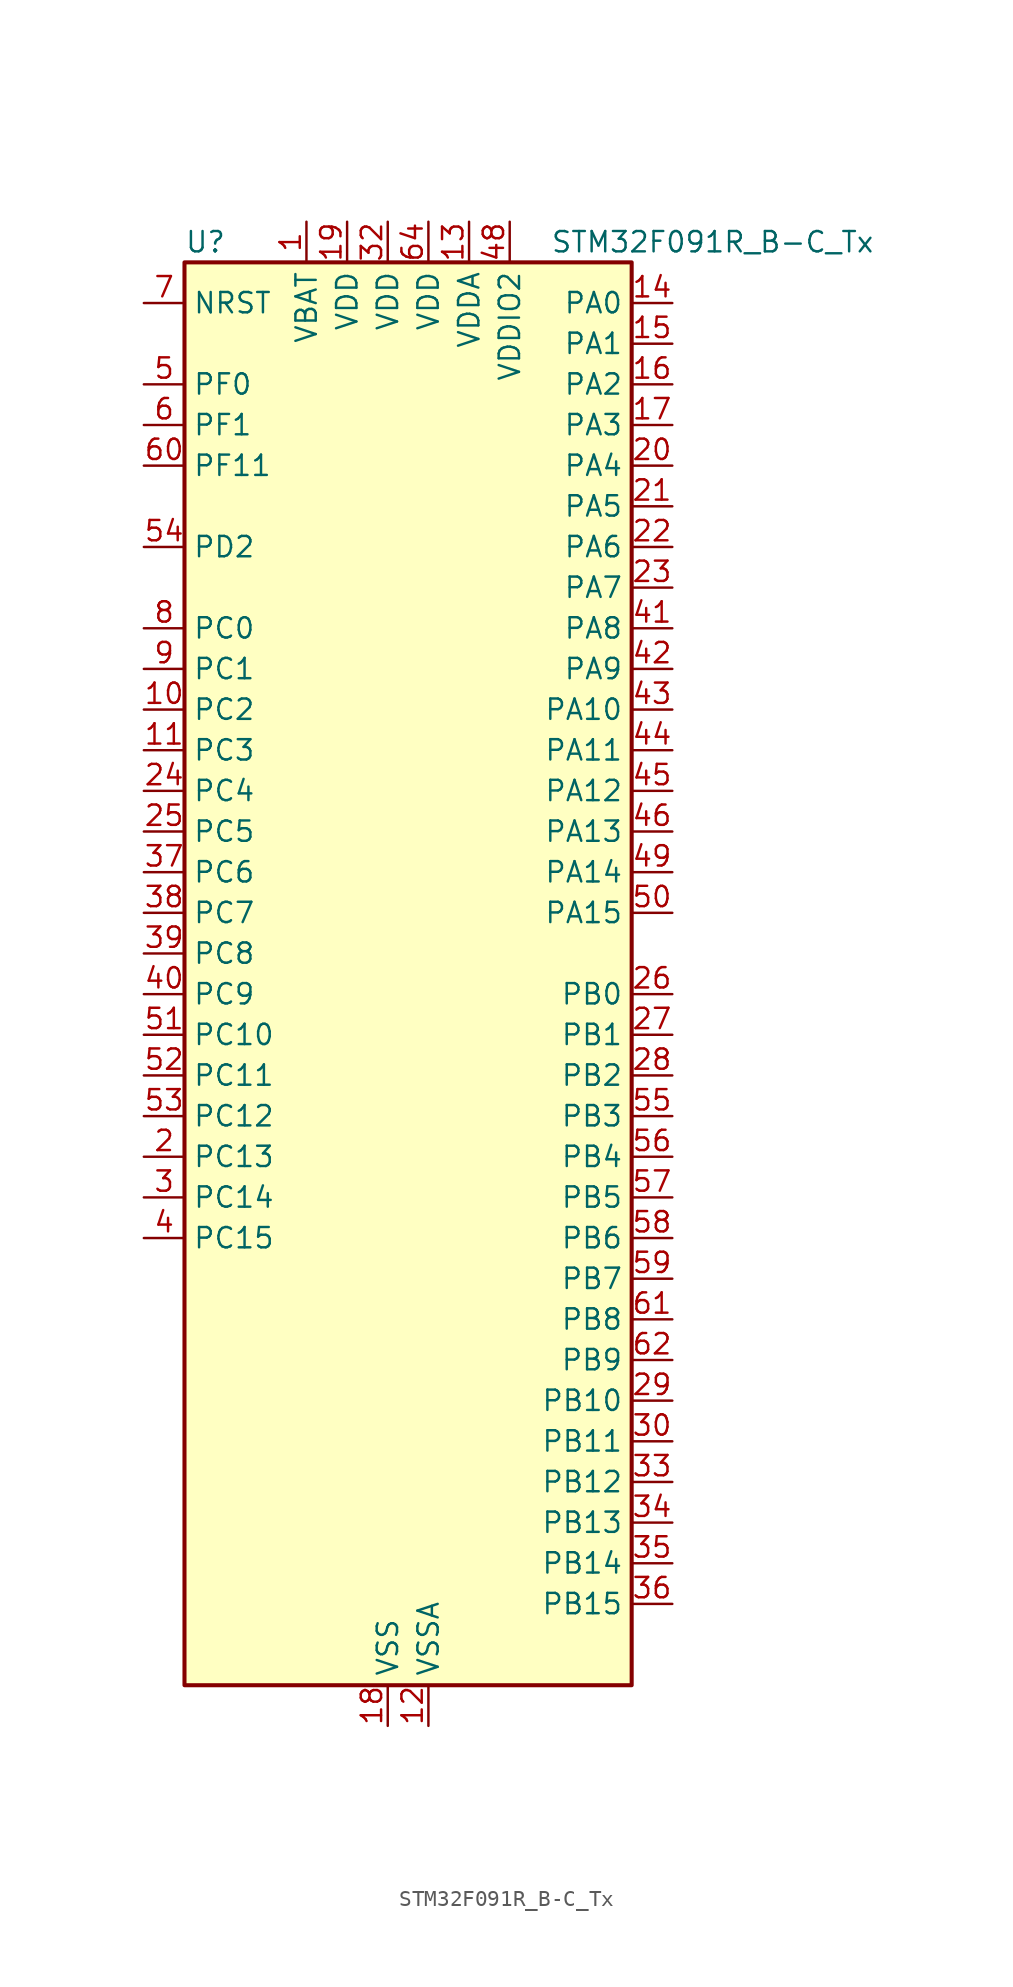
<source format=kicad_sym>
(kicad_symbol_lib
  (version 20220914)
  (generator kicad_symbol_editor)
  (symbol "STM32F091R_B-C_Tx"
    (property "Reference" "U"
      (at -12.7 46.99 0)
      (effects (font (size 1.27 1.27)) (justify left)))
    (property "Value" "STM32F091R_B-C_Tx"
      (at 10.16 46.99 0)
      (effects (font (size 1.27 1.27)) (justify left)))
    (property "ki_locked" ""
      (at 0 0 0)
      (effects (font (size 1.27 1.27))))
    (symbol "STM32F091R_B-C_Tx_0_1"
      (rectangle (start -12.7 -43.18) (end 15.24 45.72) (stroke (width 0.254) (type default)) (fill (type background))))
    (symbol "STM32F091R_B-C_Tx_1_1"
      (pin power_in line (at -5.08 48.26 270) (length 2.54) (name "VBAT" (effects (font (size 1.27 1.27)))) (number "1" (effects (font (size 1.27 1.27)))))
      (pin bidirectional line (at -15.24 17.78 0) (length 2.54) (name "PC2" (effects (font (size 1.27 1.27)))) (number "10" (effects (font (size 1.27 1.27)))) (alternate "ADC_IN12" bidirectional line) (alternate "I2S2_MCK" bidirectional line) (alternate "SPI2_MISO" bidirectional line) (alternate "USART8_TX" bidirectional line))
      (pin bidirectional line (at -15.24 15.24 0) (length 2.54) (name "PC3" (effects (font (size 1.27 1.27)))) (number "11" (effects (font (size 1.27 1.27)))) (alternate "ADC_IN13" bidirectional line) (alternate "I2S2_SD" bidirectional line) (alternate "SPI2_MOSI" bidirectional line) (alternate "USART8_RX" bidirectional line))
      (pin power_in line (at 2.54 -45.72 90) (length 2.54) (name "VSSA" (effects (font (size 1.27 1.27)))) (number "12" (effects (font (size 1.27 1.27)))))
      (pin power_in line (at 5.08 48.26 270) (length 2.54) (name "VDDA" (effects (font (size 1.27 1.27)))) (number "13" (effects (font (size 1.27 1.27)))))
      (pin bidirectional line (at 17.78 43.18 180) (length 2.54) (name "PA0" (effects (font (size 1.27 1.27)))) (number "14" (effects (font (size 1.27 1.27)))) (alternate "ADC_IN0" bidirectional line) (alternate "COMP1_INM" bidirectional line) (alternate "COMP1_OUT" bidirectional line) (alternate "RTC_TAMP2" bidirectional line) (alternate "SYS_WKUP1" bidirectional line) (alternate "TIM2_CH1" bidirectional line) (alternate "TIM2_ETR" bidirectional line) (alternate "TSC_G1_IO1" bidirectional line) (alternate "USART2_CTS" bidirectional line) (alternate "USART4_TX" bidirectional line))
      (pin bidirectional line (at 17.78 40.64 180) (length 2.54) (name "PA1" (effects (font (size 1.27 1.27)))) (number "15" (effects (font (size 1.27 1.27)))) (alternate "ADC_IN1" bidirectional line) (alternate "COMP1_INP" bidirectional line) (alternate "TIM15_CH1N" bidirectional line) (alternate "TIM2_CH2" bidirectional line) (alternate "TSC_G1_IO2" bidirectional line) (alternate "USART2_DE" bidirectional line) (alternate "USART2_RTS" bidirectional line) (alternate "USART4_RX" bidirectional line))
      (pin bidirectional line (at 17.78 38.1 180) (length 2.54) (name "PA2" (effects (font (size 1.27 1.27)))) (number "16" (effects (font (size 1.27 1.27)))) (alternate "ADC_IN2" bidirectional line) (alternate "COMP2_INM" bidirectional line) (alternate "COMP2_OUT" bidirectional line) (alternate "SYS_WKUP4" bidirectional line) (alternate "TIM15_CH1" bidirectional line) (alternate "TIM2_CH3" bidirectional line) (alternate "TSC_G1_IO3" bidirectional line) (alternate "USART2_TX" bidirectional line))
      (pin bidirectional line (at 17.78 35.56 180) (length 2.54) (name "PA3" (effects (font (size 1.27 1.27)))) (number "17" (effects (font (size 1.27 1.27)))) (alternate "ADC_IN3" bidirectional line) (alternate "COMP2_INP" bidirectional line) (alternate "TIM15_CH2" bidirectional line) (alternate "TIM2_CH4" bidirectional line) (alternate "TSC_G1_IO4" bidirectional line) (alternate "USART2_RX" bidirectional line))
      (pin power_in line (at 0 -45.72 90) (length 2.54) (name "VSS" (effects (font (size 1.27 1.27)))) (number "18" (effects (font (size 1.27 1.27)))))
      (pin power_in line (at -2.54 48.26 270) (length 2.54) (name "VDD" (effects (font (size 1.27 1.27)))) (number "19" (effects (font (size 1.27 1.27)))))
      (pin bidirectional line (at -15.24 -10.16 0) (length 2.54) (name "PC13" (effects (font (size 1.27 1.27)))) (number "2" (effects (font (size 1.27 1.27)))) (alternate "RTC_OUT_ALARM" bidirectional line) (alternate "RTC_OUT_CALIB" bidirectional line) (alternate "RTC_TAMP1" bidirectional line) (alternate "RTC_TS" bidirectional line) (alternate "SYS_WKUP2" bidirectional line))
      (pin bidirectional line (at 17.78 33.02 180) (length 2.54) (name "PA4" (effects (font (size 1.27 1.27)))) (number "20" (effects (font (size 1.27 1.27)))) (alternate "ADC_IN4" bidirectional line) (alternate "COMP1_INM" bidirectional line) (alternate "COMP2_INM" bidirectional line) (alternate "DAC_OUT1" bidirectional line) (alternate "I2S1_WS" bidirectional line) (alternate "SPI1_NSS" bidirectional line) (alternate "TIM14_CH1" bidirectional line) (alternate "TSC_G2_IO1" bidirectional line) (alternate "USART2_CK" bidirectional line) (alternate "USART6_TX" bidirectional line))
      (pin bidirectional line (at 17.78 30.48 180) (length 2.54) (name "PA5" (effects (font (size 1.27 1.27)))) (number "21" (effects (font (size 1.27 1.27)))) (alternate "ADC_IN5" bidirectional line) (alternate "CEC" bidirectional line) (alternate "COMP1_INM" bidirectional line) (alternate "COMP2_INM" bidirectional line) (alternate "DAC_OUT2" bidirectional line) (alternate "I2S1_CK" bidirectional line) (alternate "SPI1_SCK" bidirectional line) (alternate "TIM2_CH1" bidirectional line) (alternate "TIM2_ETR" bidirectional line) (alternate "TSC_G2_IO2" bidirectional line) (alternate "USART6_RX" bidirectional line))
      (pin bidirectional line (at 17.78 27.94 180) (length 2.54) (name "PA6" (effects (font (size 1.27 1.27)))) (number "22" (effects (font (size 1.27 1.27)))) (alternate "ADC_IN6" bidirectional line) (alternate "COMP1_OUT" bidirectional line) (alternate "I2S1_MCK" bidirectional line) (alternate "SPI1_MISO" bidirectional line) (alternate "TIM16_CH1" bidirectional line) (alternate "TIM1_BKIN" bidirectional line) (alternate "TIM3_CH1" bidirectional line) (alternate "TSC_G2_IO3" bidirectional line) (alternate "USART3_CTS" bidirectional line))
      (pin bidirectional line (at 17.78 25.4 180) (length 2.54) (name "PA7" (effects (font (size 1.27 1.27)))) (number "23" (effects (font (size 1.27 1.27)))) (alternate "ADC_IN7" bidirectional line) (alternate "COMP2_OUT" bidirectional line) (alternate "I2S1_SD" bidirectional line) (alternate "SPI1_MOSI" bidirectional line) (alternate "TIM14_CH1" bidirectional line) (alternate "TIM17_CH1" bidirectional line) (alternate "TIM1_CH1N" bidirectional line) (alternate "TIM3_CH2" bidirectional line) (alternate "TSC_G2_IO4" bidirectional line))
      (pin bidirectional line (at -15.24 12.7 0) (length 2.54) (name "PC4" (effects (font (size 1.27 1.27)))) (number "24" (effects (font (size 1.27 1.27)))) (alternate "ADC_IN14" bidirectional line) (alternate "USART3_TX" bidirectional line))
      (pin bidirectional line (at -15.24 10.16 0) (length 2.54) (name "PC5" (effects (font (size 1.27 1.27)))) (number "25" (effects (font (size 1.27 1.27)))) (alternate "ADC_IN15" bidirectional line) (alternate "SYS_WKUP5" bidirectional line) (alternate "TSC_G3_IO1" bidirectional line) (alternate "USART3_RX" bidirectional line))
      (pin bidirectional line (at 17.78 0 180) (length 2.54) (name "PB0" (effects (font (size 1.27 1.27)))) (number "26" (effects (font (size 1.27 1.27)))) (alternate "ADC_IN8" bidirectional line) (alternate "TIM1_CH2N" bidirectional line) (alternate "TIM3_CH3" bidirectional line) (alternate "TSC_G3_IO2" bidirectional line) (alternate "USART3_CK" bidirectional line))
      (pin bidirectional line (at 17.78 -2.54 180) (length 2.54) (name "PB1" (effects (font (size 1.27 1.27)))) (number "27" (effects (font (size 1.27 1.27)))) (alternate "ADC_IN9" bidirectional line) (alternate "TIM14_CH1" bidirectional line) (alternate "TIM1_CH3N" bidirectional line) (alternate "TIM3_CH4" bidirectional line) (alternate "TSC_G3_IO3" bidirectional line) (alternate "USART3_DE" bidirectional line) (alternate "USART3_RTS" bidirectional line))
      (pin bidirectional line (at 17.78 -5.08 180) (length 2.54) (name "PB2" (effects (font (size 1.27 1.27)))) (number "28" (effects (font (size 1.27 1.27)))) (alternate "TSC_G3_IO4" bidirectional line))
      (pin bidirectional line (at 17.78 -25.4 180) (length 2.54) (name "PB10" (effects (font (size 1.27 1.27)))) (number "29" (effects (font (size 1.27 1.27)))) (alternate "CEC" bidirectional line) (alternate "I2C2_SCL" bidirectional line) (alternate "I2S2_CK" bidirectional line) (alternate "SPI2_SCK" bidirectional line) (alternate "TIM2_CH3" bidirectional line) (alternate "TSC_SYNC" bidirectional line) (alternate "USART3_TX" bidirectional line))
      (pin bidirectional line (at -15.24 -12.7 0) (length 2.54) (name "PC14" (effects (font (size 1.27 1.27)))) (number "3" (effects (font (size 1.27 1.27)))) (alternate "RCC_OSC32_IN" bidirectional line))
      (pin bidirectional line (at 17.78 -27.94 180) (length 2.54) (name "PB11" (effects (font (size 1.27 1.27)))) (number "30" (effects (font (size 1.27 1.27)))) (alternate "I2C2_SDA" bidirectional line) (alternate "TIM2_CH4" bidirectional line) (alternate "TSC_G6_IO1" bidirectional line) (alternate "USART3_RX" bidirectional line))
      (pin passive line (at 0 -45.72 90) (length 2.54) hide (name "VSS" (effects (font (size 1.27 1.27)))) (number "31" (effects (font (size 1.27 1.27)))))
      (pin power_in line (at 0 48.26 270) (length 2.54) (name "VDD" (effects (font (size 1.27 1.27)))) (number "32" (effects (font (size 1.27 1.27)))))
      (pin bidirectional line (at 17.78 -30.48 180) (length 2.54) (name "PB12" (effects (font (size 1.27 1.27)))) (number "33" (effects (font (size 1.27 1.27)))) (alternate "I2S2_WS" bidirectional line) (alternate "SPI2_NSS" bidirectional line) (alternate "TIM15_BKIN" bidirectional line) (alternate "TIM1_BKIN" bidirectional line) (alternate "TSC_G6_IO2" bidirectional line) (alternate "USART3_CK" bidirectional line))
      (pin bidirectional line (at 17.78 -33.02 180) (length 2.54) (name "PB13" (effects (font (size 1.27 1.27)))) (number "34" (effects (font (size 1.27 1.27)))) (alternate "I2C2_SCL" bidirectional line) (alternate "I2S2_CK" bidirectional line) (alternate "SPI2_SCK" bidirectional line) (alternate "TIM1_CH1N" bidirectional line) (alternate "TSC_G6_IO3" bidirectional line) (alternate "USART3_CTS" bidirectional line))
      (pin bidirectional line (at 17.78 -35.56 180) (length 2.54) (name "PB14" (effects (font (size 1.27 1.27)))) (number "35" (effects (font (size 1.27 1.27)))) (alternate "I2C2_SDA" bidirectional line) (alternate "I2S2_MCK" bidirectional line) (alternate "SPI2_MISO" bidirectional line) (alternate "TIM15_CH1" bidirectional line) (alternate "TIM1_CH2N" bidirectional line) (alternate "TSC_G6_IO4" bidirectional line) (alternate "USART3_DE" bidirectional line) (alternate "USART3_RTS" bidirectional line))
      (pin bidirectional line (at 17.78 -38.1 180) (length 2.54) (name "PB15" (effects (font (size 1.27 1.27)))) (number "36" (effects (font (size 1.27 1.27)))) (alternate "I2S2_SD" bidirectional line) (alternate "RTC_REFIN" bidirectional line) (alternate "SPI2_MOSI" bidirectional line) (alternate "SYS_WKUP7" bidirectional line) (alternate "TIM15_CH1N" bidirectional line) (alternate "TIM15_CH2" bidirectional line) (alternate "TIM1_CH3N" bidirectional line))
      (pin bidirectional line (at -15.24 7.62 0) (length 2.54) (name "PC6" (effects (font (size 1.27 1.27)))) (number "37" (effects (font (size 1.27 1.27)))) (alternate "TIM3_CH1" bidirectional line) (alternate "USART7_TX" bidirectional line))
      (pin bidirectional line (at -15.24 5.08 0) (length 2.54) (name "PC7" (effects (font (size 1.27 1.27)))) (number "38" (effects (font (size 1.27 1.27)))) (alternate "TIM3_CH2" bidirectional line) (alternate "USART7_RX" bidirectional line))
      (pin bidirectional line (at -15.24 2.54 0) (length 2.54) (name "PC8" (effects (font (size 1.27 1.27)))) (number "39" (effects (font (size 1.27 1.27)))) (alternate "TIM3_CH3" bidirectional line) (alternate "USART8_TX" bidirectional line))
      (pin bidirectional line (at -15.24 -15.24 0) (length 2.54) (name "PC15" (effects (font (size 1.27 1.27)))) (number "4" (effects (font (size 1.27 1.27)))) (alternate "RCC_OSC32_OUT" bidirectional line))
      (pin bidirectional line (at -15.24 0 0) (length 2.54) (name "PC9" (effects (font (size 1.27 1.27)))) (number "40" (effects (font (size 1.27 1.27)))) (alternate "DAC_EXTI9" bidirectional line) (alternate "TIM3_CH4" bidirectional line) (alternate "USART8_RX" bidirectional line))
      (pin bidirectional line (at 17.78 22.86 180) (length 2.54) (name "PA8" (effects (font (size 1.27 1.27)))) (number "41" (effects (font (size 1.27 1.27)))) (alternate "CRS_SYNC" bidirectional line) (alternate "RCC_MCO" bidirectional line) (alternate "TIM1_CH1" bidirectional line) (alternate "USART1_CK" bidirectional line))
      (pin bidirectional line (at 17.78 20.32 180) (length 2.54) (name "PA9" (effects (font (size 1.27 1.27)))) (number "42" (effects (font (size 1.27 1.27)))) (alternate "DAC_EXTI9" bidirectional line) (alternate "I2C1_SCL" bidirectional line) (alternate "RCC_MCO" bidirectional line) (alternate "TIM15_BKIN" bidirectional line) (alternate "TIM1_CH2" bidirectional line) (alternate "TSC_G4_IO1" bidirectional line) (alternate "USART1_TX" bidirectional line))
      (pin bidirectional line (at 17.78 17.78 180) (length 2.54) (name "PA10" (effects (font (size 1.27 1.27)))) (number "43" (effects (font (size 1.27 1.27)))) (alternate "I2C1_SDA" bidirectional line) (alternate "TIM17_BKIN" bidirectional line) (alternate "TIM1_CH3" bidirectional line) (alternate "TSC_G4_IO2" bidirectional line) (alternate "USART1_RX" bidirectional line))
      (pin bidirectional line (at 17.78 15.24 180) (length 2.54) (name "PA11" (effects (font (size 1.27 1.27)))) (number "44" (effects (font (size 1.27 1.27)))) (alternate "CAN_RX" bidirectional line) (alternate "COMP1_OUT" bidirectional line) (alternate "I2C2_SCL" bidirectional line) (alternate "TIM1_CH4" bidirectional line) (alternate "TSC_G4_IO3" bidirectional line) (alternate "USART1_CTS" bidirectional line))
      (pin bidirectional line (at 17.78 12.7 180) (length 2.54) (name "PA12" (effects (font (size 1.27 1.27)))) (number "45" (effects (font (size 1.27 1.27)))) (alternate "CAN_TX" bidirectional line) (alternate "COMP2_OUT" bidirectional line) (alternate "I2C2_SDA" bidirectional line) (alternate "TIM1_ETR" bidirectional line) (alternate "TSC_G4_IO4" bidirectional line) (alternate "USART1_DE" bidirectional line) (alternate "USART1_RTS" bidirectional line))
      (pin bidirectional line (at 17.78 10.16 180) (length 2.54) (name "PA13" (effects (font (size 1.27 1.27)))) (number "46" (effects (font (size 1.27 1.27)))) (alternate "IR_OUT" bidirectional line) (alternate "SYS_SWDIO" bidirectional line))
      (pin passive line (at 0 -45.72 90) (length 2.54) hide (name "VSS" (effects (font (size 1.27 1.27)))) (number "47" (effects (font (size 1.27 1.27)))))
      (pin power_in line (at 7.62 48.26 270) (length 2.54) (name "VDDIO2" (effects (font (size 1.27 1.27)))) (number "48" (effects (font (size 1.27 1.27)))))
      (pin bidirectional line (at 17.78 7.62 180) (length 2.54) (name "PA14" (effects (font (size 1.27 1.27)))) (number "49" (effects (font (size 1.27 1.27)))) (alternate "SYS_SWCLK" bidirectional line) (alternate "USART2_TX" bidirectional line))
      (pin bidirectional line (at -15.24 38.1 0) (length 2.54) (name "PF0" (effects (font (size 1.27 1.27)))) (number "5" (effects (font (size 1.27 1.27)))) (alternate "CRS_SYNC" bidirectional line) (alternate "I2C1_SDA" bidirectional line) (alternate "RCC_OSC_IN" bidirectional line))
      (pin bidirectional line (at 17.78 5.08 180) (length 2.54) (name "PA15" (effects (font (size 1.27 1.27)))) (number "50" (effects (font (size 1.27 1.27)))) (alternate "I2S1_WS" bidirectional line) (alternate "SPI1_NSS" bidirectional line) (alternate "TIM2_CH1" bidirectional line) (alternate "TIM2_ETR" bidirectional line) (alternate "USART2_RX" bidirectional line) (alternate "USART4_DE" bidirectional line) (alternate "USART4_RTS" bidirectional line))
      (pin bidirectional line (at -15.24 -2.54 0) (length 2.54) (name "PC10" (effects (font (size 1.27 1.27)))) (number "51" (effects (font (size 1.27 1.27)))) (alternate "USART3_TX" bidirectional line) (alternate "USART4_TX" bidirectional line))
      (pin bidirectional line (at -15.24 -5.08 0) (length 2.54) (name "PC11" (effects (font (size 1.27 1.27)))) (number "52" (effects (font (size 1.27 1.27)))) (alternate "USART3_RX" bidirectional line) (alternate "USART4_RX" bidirectional line))
      (pin bidirectional line (at -15.24 -7.62 0) (length 2.54) (name "PC12" (effects (font (size 1.27 1.27)))) (number "53" (effects (font (size 1.27 1.27)))) (alternate "USART3_CK" bidirectional line) (alternate "USART4_CK" bidirectional line) (alternate "USART5_TX" bidirectional line))
      (pin bidirectional line (at -15.24 27.94 0) (length 2.54) (name "PD2" (effects (font (size 1.27 1.27)))) (number "54" (effects (font (size 1.27 1.27)))) (alternate "TIM3_ETR" bidirectional line) (alternate "USART3_DE" bidirectional line) (alternate "USART3_RTS" bidirectional line) (alternate "USART5_RX" bidirectional line))
      (pin bidirectional line (at 17.78 -7.62 180) (length 2.54) (name "PB3" (effects (font (size 1.27 1.27)))) (number "55" (effects (font (size 1.27 1.27)))) (alternate "I2S1_CK" bidirectional line) (alternate "SPI1_SCK" bidirectional line) (alternate "TIM2_CH2" bidirectional line) (alternate "TSC_G5_IO1" bidirectional line) (alternate "USART5_TX" bidirectional line))
      (pin bidirectional line (at 17.78 -10.16 180) (length 2.54) (name "PB4" (effects (font (size 1.27 1.27)))) (number "56" (effects (font (size 1.27 1.27)))) (alternate "I2S1_MCK" bidirectional line) (alternate "SPI1_MISO" bidirectional line) (alternate "TIM17_BKIN" bidirectional line) (alternate "TIM3_CH1" bidirectional line) (alternate "TSC_G5_IO2" bidirectional line) (alternate "USART5_RX" bidirectional line))
      (pin bidirectional line (at 17.78 -12.7 180) (length 2.54) (name "PB5" (effects (font (size 1.27 1.27)))) (number "57" (effects (font (size 1.27 1.27)))) (alternate "I2C1_SMBA" bidirectional line) (alternate "I2S1_SD" bidirectional line) (alternate "SPI1_MOSI" bidirectional line) (alternate "SYS_WKUP6" bidirectional line) (alternate "TIM16_BKIN" bidirectional line) (alternate "TIM3_CH2" bidirectional line) (alternate "USART5_CK" bidirectional line) (alternate "USART5_DE" bidirectional line) (alternate "USART5_RTS" bidirectional line))
      (pin bidirectional line (at 17.78 -15.24 180) (length 2.54) (name "PB6" (effects (font (size 1.27 1.27)))) (number "58" (effects (font (size 1.27 1.27)))) (alternate "I2C1_SCL" bidirectional line) (alternate "TIM16_CH1N" bidirectional line) (alternate "TSC_G5_IO3" bidirectional line) (alternate "USART1_TX" bidirectional line))
      (pin bidirectional line (at 17.78 -17.78 180) (length 2.54) (name "PB7" (effects (font (size 1.27 1.27)))) (number "59" (effects (font (size 1.27 1.27)))) (alternate "I2C1_SDA" bidirectional line) (alternate "TIM17_CH1N" bidirectional line) (alternate "TSC_G5_IO4" bidirectional line) (alternate "USART1_RX" bidirectional line) (alternate "USART4_CTS" bidirectional line))
      (pin bidirectional line (at -15.24 35.56 0) (length 2.54) (name "PF1" (effects (font (size 1.27 1.27)))) (number "6" (effects (font (size 1.27 1.27)))) (alternate "I2C1_SCL" bidirectional line) (alternate "RCC_OSC_OUT" bidirectional line))
      (pin bidirectional line (at -15.24 33.02 0) (length 2.54) (name "PF11" (effects (font (size 1.27 1.27)))) (number "60" (effects (font (size 1.27 1.27)))))
      (pin bidirectional line (at 17.78 -20.32 180) (length 2.54) (name "PB8" (effects (font (size 1.27 1.27)))) (number "61" (effects (font (size 1.27 1.27)))) (alternate "CAN_RX" bidirectional line) (alternate "CEC" bidirectional line) (alternate "I2C1_SCL" bidirectional line) (alternate "TIM16_CH1" bidirectional line) (alternate "TSC_SYNC" bidirectional line))
      (pin bidirectional line (at 17.78 -22.86 180) (length 2.54) (name "PB9" (effects (font (size 1.27 1.27)))) (number "62" (effects (font (size 1.27 1.27)))) (alternate "CAN_TX" bidirectional line) (alternate "DAC_EXTI9" bidirectional line) (alternate "I2C1_SDA" bidirectional line) (alternate "I2S2_WS" bidirectional line) (alternate "IR_OUT" bidirectional line) (alternate "SPI2_NSS" bidirectional line) (alternate "TIM17_CH1" bidirectional line))
      (pin passive line (at 0 -45.72 90) (length 2.54) hide (name "VSS" (effects (font (size 1.27 1.27)))) (number "63" (effects (font (size 1.27 1.27)))))
      (pin power_in line (at 2.54 48.26 270) (length 2.54) (name "VDD" (effects (font (size 1.27 1.27)))) (number "64" (effects (font (size 1.27 1.27)))))
      (pin input line (at -15.24 43.18 0) (length 2.54) (name "NRST" (effects (font (size 1.27 1.27)))) (number "7" (effects (font (size 1.27 1.27)))))
      (pin bidirectional line (at -15.24 22.86 0) (length 2.54) (name "PC0" (effects (font (size 1.27 1.27)))) (number "8" (effects (font (size 1.27 1.27)))) (alternate "ADC_IN10" bidirectional line) (alternate "USART6_TX" bidirectional line) (alternate "USART7_TX" bidirectional line))
      (pin bidirectional line (at -15.24 20.32 0) (length 2.54) (name "PC1" (effects (font (size 1.27 1.27)))) (number "9" (effects (font (size 1.27 1.27)))) (alternate "ADC_IN11" bidirectional line) (alternate "USART6_RX" bidirectional line) (alternate "USART7_RX" bidirectional line)))))
</source>
